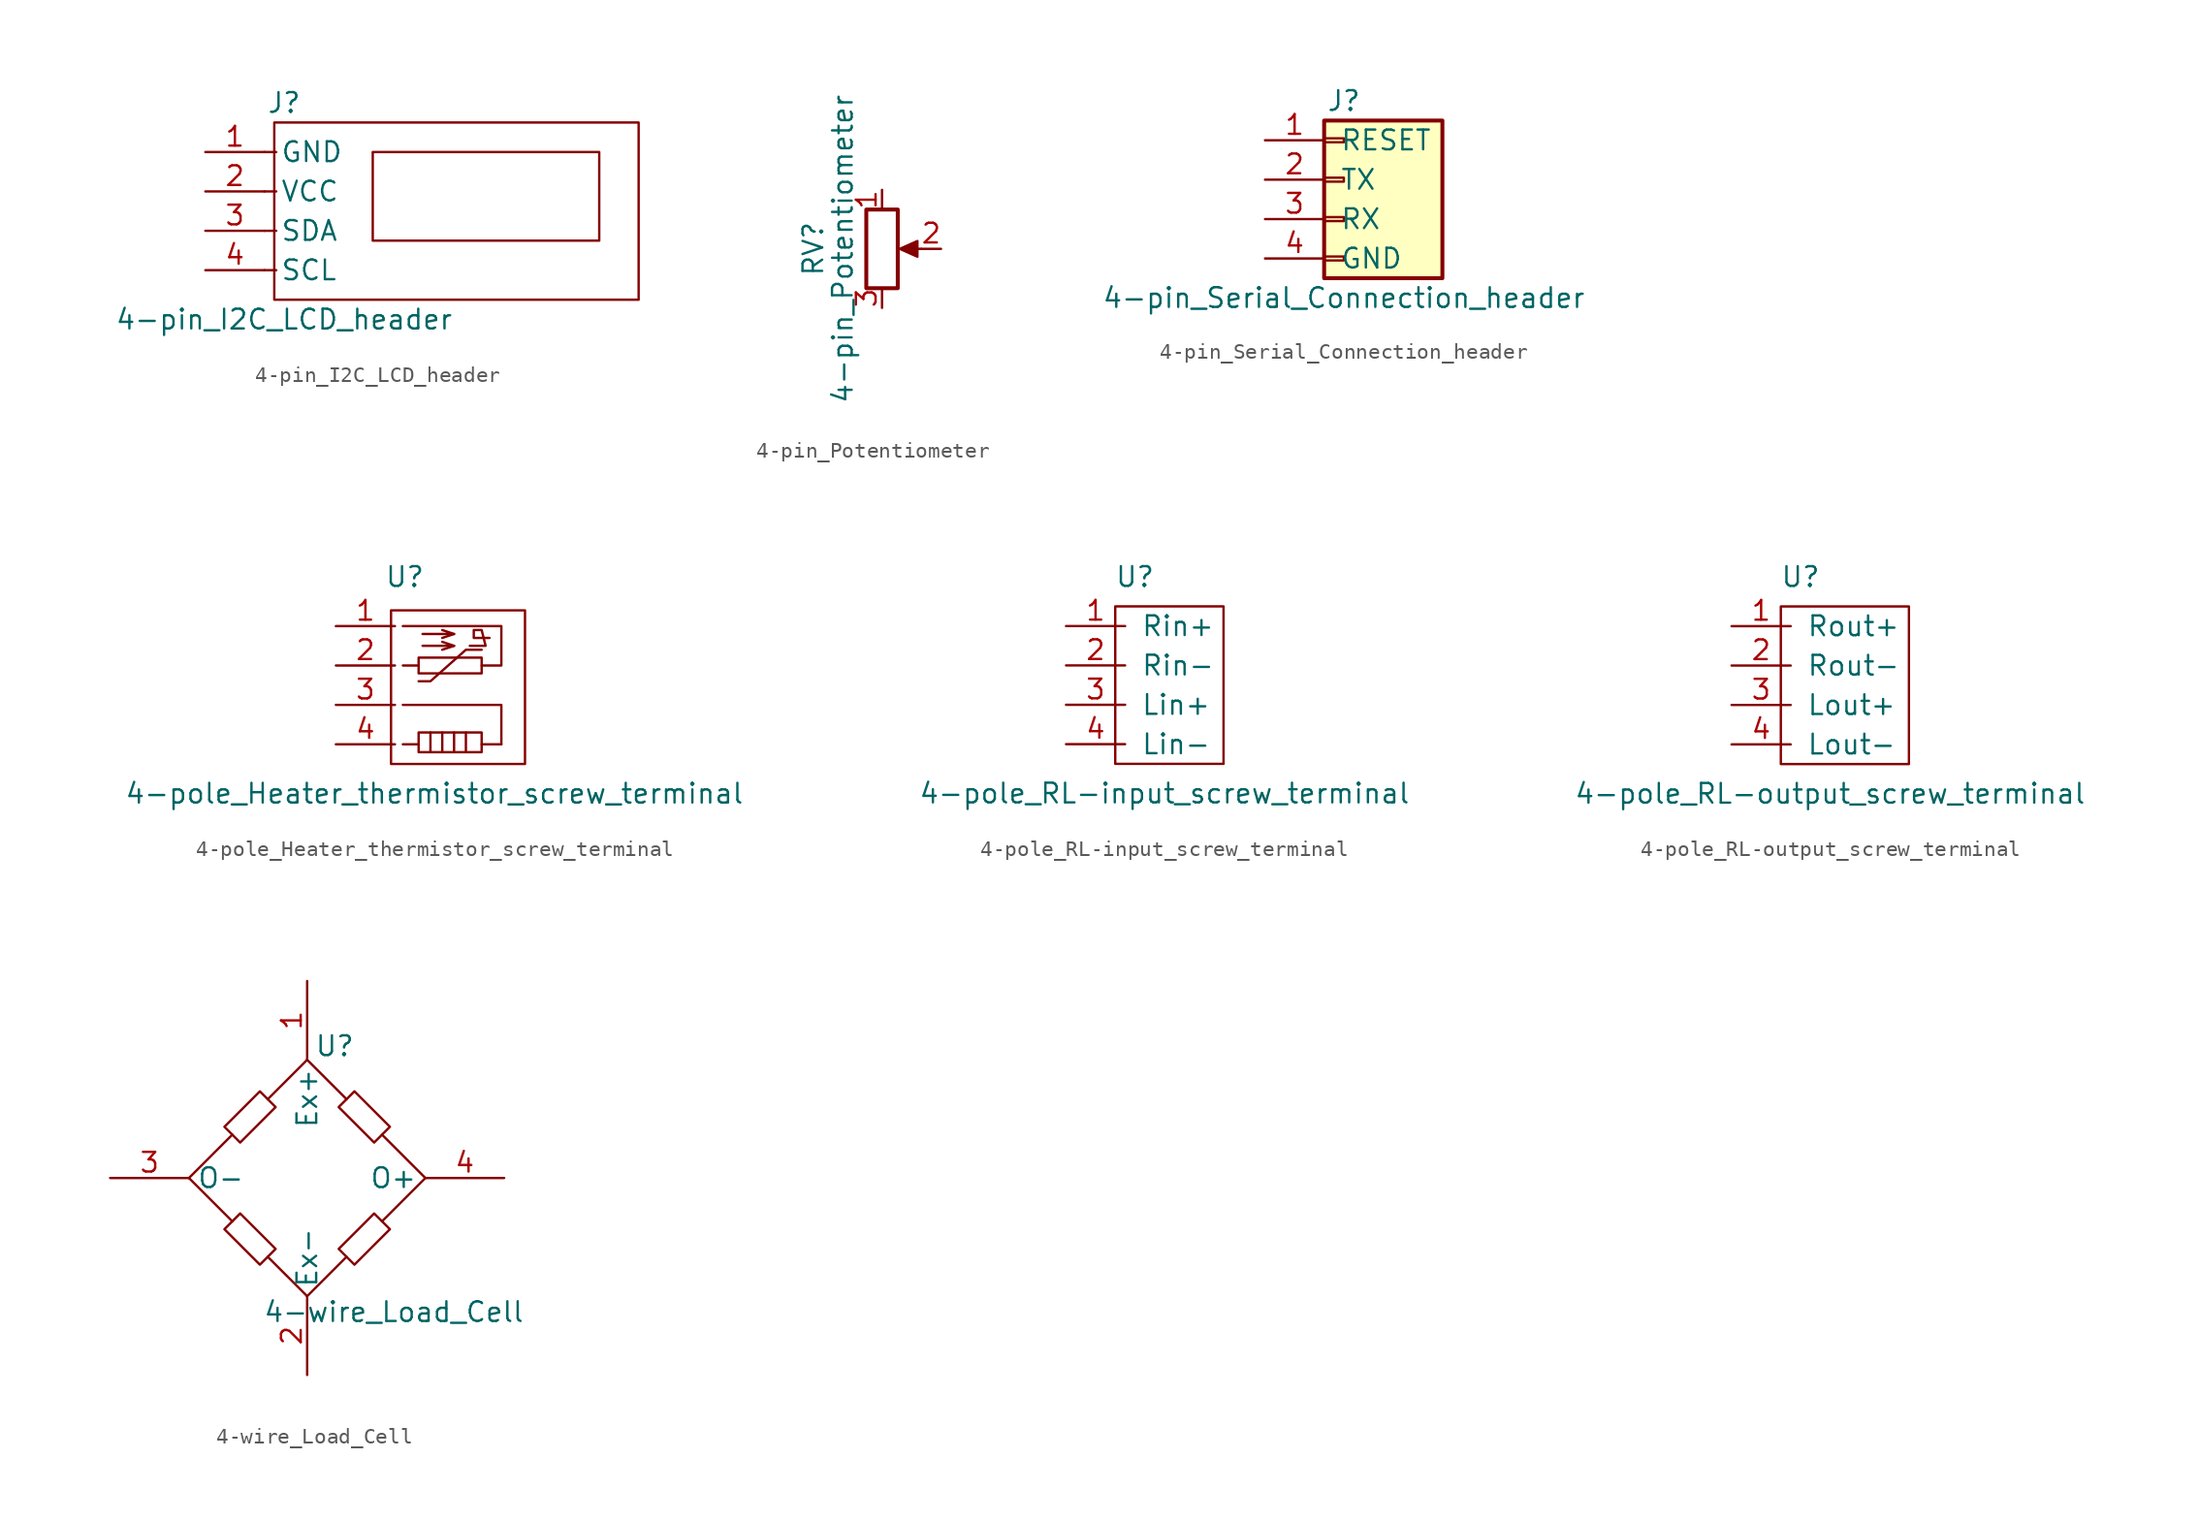
<source format=kicad_sym>
(kicad_symbol_lib
  (version 20231120)
  (generator "kicad_symbol_editor")
  (generator_version "8.0")
  (symbol "4-pin_I2C_LCD_header"
    (pin_names
      (offset 1.016))
    (property "Reference" "J"
      (at 0 5.715 0)
      (effects (font (size 1.27 1.27))))
    (property "Value" "4-pin_I2C_LCD_header"
      (at 0 -8.255 0)
      (effects (font (size 1.27 1.27))))
    (symbol "4-pin_I2C_LCD_header_0_1"
      (polyline (pts (xy -0.635 4.445) (xy 22.86 4.445) (xy 22.86 -6.985) (xy -0.635 -6.985) (xy -0.635 4.445)) (stroke (width 0.152) (type default)) (fill (type none)))
      (polyline (pts (xy 5.715 2.54) (xy 5.715 -3.175) (xy 20.32 -3.175) (xy 20.32 2.54) (xy 5.715 2.54)) (stroke (width 0.152) (type default)) (fill (type none))))
    (symbol "4-pin_I2C_LCD_header_1_1"
      (polyline (pts (xy -1.27 -5.08) (xy -0.508 -5.08)) (stroke (width 0.152) (type default)) (fill (type none)))
      (polyline (pts (xy -1.27 -2.54) (xy -0.508 -2.54)) (stroke (width 0.152) (type default)) (fill (type none)))
      (polyline (pts (xy -1.27 0) (xy -0.508 0)) (stroke (width 0.152) (type default)) (fill (type none)))
      (polyline (pts (xy -1.27 2.54) (xy -0.508 2.54)) (stroke (width 0.152) (type default)) (fill (type none)))
      (pin power_in line (at -5.08 2.54 0) (length 3.81) (name "GND" (effects (font (size 1.27 1.27)))) (number "1" (effects (font (size 1.27 1.27)))))
      (pin power_in line (at -5.08 0 0) (length 3.81) (name "VCC" (effects (font (size 1.27 1.27)))) (number "2" (effects (font (size 1.27 1.27)))))
      (pin passive line (at -5.08 -2.54 0) (length 3.81) (name "SDA" (effects (font (size 1.27 1.27)))) (number "3" (effects (font (size 1.27 1.27)))))
      (pin passive line (at -5.08 -5.08 0) (length 3.81) (name "SCL" (effects (font (size 1.27 1.27)))) (number "4" (effects (font (size 1.27 1.27)))))))
  (symbol "4-pin_Potentiometer"
    (pin_names
      (offset 1.016) hide)
    (property "Reference" "RV"
      (at -4.445 0 90)
      (effects (font (size 1.27 1.27))))
    (property "Value" "4-pin_Potentiometer"
      (at -2.54 0 90)
      (effects (font (size 1.27 1.27))))
    (symbol "4-pin_Potentiometer_0_1"
      (polyline (pts (xy 2.54 0) (xy 1.524 0)) (stroke (width 0) (type default)) (fill (type none)))
      (polyline (pts (xy 1.143 0) (xy 2.286 0.508) (xy 2.286 -0.508) (xy 1.143 0)) (stroke (width 0) (type default)) (fill (type outline)))
      (rectangle (start 1.016 2.54) (end -1.016 -2.54) (stroke (width 0.254) (type default)) (fill (type none))))
    (symbol "4-pin_Potentiometer_1_1"
      (pin passive line (at 0 3.81 270) (length 1.27) (name "1" (effects (font (size 1.27 1.27)))) (number "1" (effects (font (size 1.27 1.27)))))
      (pin passive line (at 3.81 0 180) (length 1.27) (name "2" (effects (font (size 1.27 1.27)))) (number "2" (effects (font (size 1.27 1.27)))))
      (pin passive line (at 0 -3.81 90) (length 1.27) (name "3" (effects (font (size 1.27 1.27)))) (number "3" (effects (font (size 1.27 1.27)))))
      (pin no_connect line (at 2.54 3.81 270) (length 2.54) hide (name "NC" (effects (font (size 1.27 1.27)))) (number "4" (effects (font (size 1.27 1.27)))))))
  (symbol "4-pin_Serial_Connection_header"
    (pin_names
      (offset 1.016))
    (property "Reference" "J"
      (at 0 5.08 0)
      (effects (font (size 1.27 1.27))))
    (property "Value" "4-pin_Serial_Connection_header"
      (at 0 -7.62 0)
      (effects (font (size 1.27 1.27))))
    (symbol "4-pin_Serial_Connection_header_1_1"
      (rectangle (start -1.27 -4.953) (end 0 -5.207) (stroke (width 0.152) (type default)) (fill (type none)))
      (rectangle (start -1.27 -2.413) (end 0 -2.667) (stroke (width 0.152) (type default)) (fill (type none)))
      (rectangle (start -1.27 0.127) (end 0 -0.127) (stroke (width 0.152) (type default)) (fill (type none)))
      (rectangle (start -1.27 2.667) (end 0 2.413) (stroke (width 0.152) (type default)) (fill (type none)))
      (rectangle (start -1.27 3.81) (end 6.35 -6.35) (stroke (width 0.254) (type default)) (fill (type background)))
      (pin passive line (at -5.08 2.54 0) (length 3.81) (name "RESET" (effects (font (size 1.27 1.27)))) (number "1" (effects (font (size 1.27 1.27)))))
      (pin output line (at -5.08 0 0) (length 3.81) (name "TX" (effects (font (size 1.27 1.27)))) (number "2" (effects (font (size 1.27 1.27)))))
      (pin input line (at -5.08 -2.54 0) (length 3.81) (name "RX" (effects (font (size 1.27 1.27)))) (number "3" (effects (font (size 1.27 1.27)))))
      (pin passive line (at -5.08 -5.08 0) (length 3.81) (name "GND" (effects (font (size 1.27 1.27)))) (number "4" (effects (font (size 1.27 1.27)))))))
  (symbol "4-pole_Heater_thermistor_screw_terminal"
    (pin_names
      (offset 1.016) hide)
    (property "Reference" "U"
      (at 4.445 3.175 0)
      (effects (font (size 1.27 1.27))))
    (property "Value" "4-pole_Heater_thermistor_screw_terminal"
      (at 6.35 -10.795 0)
      (effects (font (size 1.27 1.27))))
    (symbol "4-pole_Heater_thermistor_screw_terminal_0_1"
      (polyline (pts (xy 5.334 -7.62) (xy 4.318 -7.62)) (stroke (width 0) (type default)) (fill (type none)))
      (polyline (pts (xy 5.334 -2.54) (xy 4.318 -2.54)) (stroke (width 0) (type default)) (fill (type none)))
      (polyline (pts (xy 6.096 -6.858) (xy 6.096 -8.128)) (stroke (width 0) (type default)) (fill (type none)))
      (polyline (pts (xy 6.858 -8.128) (xy 6.858 -6.858)) (stroke (width 0) (type default)) (fill (type none)))
      (polyline (pts (xy 7.62 -6.858) (xy 7.62 -8.128)) (stroke (width 0) (type default)) (fill (type none)))
      (polyline (pts (xy 7.62 -0.508) (xy 6.858 -0.762)) (stroke (width 0) (type default)) (fill (type none)))
      (polyline (pts (xy 8.382 -8.128) (xy 8.382 -6.858)) (stroke (width 0) (type default)) (fill (type none)))
      (polyline (pts (xy 9.398 -7.62) (xy 10.668 -7.62)) (stroke (width 0) (type default)) (fill (type none)))
      (polyline (pts (xy 5.588 -0.508) (xy 7.62 -0.508) (xy 6.858 -0.254)) (stroke (width 0) (type default)) (fill (type none)))
      (polyline (pts (xy 10.668 -7.62) (xy 10.668 -5.08) (xy 4.318 -5.08)) (stroke (width 0) (type default)) (fill (type none)))
      (polyline (pts (xy 5.334 -3.556) (xy 6.096 -3.556) (xy 8.382 -1.524) (xy 9.398 -1.524)) (stroke (width 0) (type default)) (fill (type none)))
      (polyline (pts (xy 9.398 -2.54) (xy 10.668 -2.54) (xy 10.668 0) (xy 4.318 0)) (stroke (width 0) (type default)) (fill (type none)))
      (polyline (pts (xy 8.636 -1.27) (xy 9.652 -1.27) (xy 9.398 -0.254) (xy 8.89 -0.254) (xy 8.89 -0.762) (xy 9.906 -0.762)) (stroke (width 0) (type default)) (fill (type none)))
      (rectangle (start 3.556 1.016) (end 12.192 -8.89) (stroke (width 0) (type default)) (fill (type none)))
      (rectangle (start 5.334 -8.128) (end 9.398 -6.858) (stroke (width 0) (type default)) (fill (type none)))
      (rectangle (start 5.334 -2.032) (end 9.398 -3.048) (stroke (width 0) (type default)) (fill (type none))))
    (symbol "4-pole_Heater_thermistor_screw_terminal_1_1"
      (polyline (pts (xy 7.62 -1.27) (xy 6.858 -1.524)) (stroke (width 0) (type default)) (fill (type none)))
      (polyline (pts (xy 5.588 -1.27) (xy 7.62 -1.27) (xy 6.858 -1.016)) (stroke (width 0) (type default)) (fill (type none)))
      (pin output line (at 0 0 0) (length 3.81) (name "Therm+" (effects (font (size 1.27 1.27)))) (number "1" (effects (font (size 1.27 1.27)))))
      (pin output line (at 0 -2.54 0) (length 3.81) (name "Therm-" (effects (font (size 1.27 1.27)))) (number "2" (effects (font (size 1.27 1.27)))))
      (pin power_out line (at 0 -5.08 0) (length 3.81) (name "Heat+" (effects (font (size 1.27 1.27)))) (number "3" (effects (font (size 1.27 1.27)))))
      (pin power_out line (at 0 -7.62 0) (length 3.81) (name "Heat-" (effects (font (size 1.27 1.27)))) (number "4" (effects (font (size 1.27 1.27)))))))
  (symbol "4-pole_RL-input_screw_terminal"
    (pin_names
      (offset 1.016))
    (property "Reference" "U"
      (at 4.445 3.175 0)
      (effects (font (size 1.27 1.27))))
    (property "Value" "4-pole_RL-input_screw_terminal"
      (at 6.35 -10.795 0)
      (effects (font (size 1.27 1.27))))
    (symbol "4-pole_RL-input_screw_terminal_0_1"
      (rectangle (start 3.175 1.27) (end 10.16 -8.89) (stroke (width 0) (type default)) (fill (type none))))
    (symbol "4-pole_RL-input_screw_terminal_1_1"
      (pin input line (at 0 0 0) (length 3.81) (name "Rin+" (effects (font (size 1.27 1.27)))) (number "1" (effects (font (size 1.27 1.27)))))
      (pin input line (at 0 -2.54 0) (length 3.81) (name "Rin-" (effects (font (size 1.27 1.27)))) (number "2" (effects (font (size 1.27 1.27)))))
      (pin input line (at 0 -5.08 0) (length 3.81) (name "Lin+" (effects (font (size 1.27 1.27)))) (number "3" (effects (font (size 1.27 1.27)))))
      (pin input line (at 0 -7.62 0) (length 3.81) (name "Lin-" (effects (font (size 1.27 1.27)))) (number "4" (effects (font (size 1.27 1.27)))))))
  (symbol "4-pole_RL-output_screw_terminal"
    (pin_names
      (offset 1.016))
    (property "Reference" "U"
      (at 4.445 3.175 0)
      (effects (font (size 1.27 1.27))))
    (property "Value" "4-pole_RL-output_screw_terminal"
      (at 6.35 -10.795 0)
      (effects (font (size 1.27 1.27))))
    (symbol "4-pole_RL-output_screw_terminal_0_1"
      (rectangle (start 3.175 1.27) (end 11.43 -8.89) (stroke (width 0) (type default)) (fill (type none))))
    (symbol "4-pole_RL-output_screw_terminal_1_1"
      (pin output line (at 0 0 0) (length 3.81) (name "Rout+" (effects (font (size 1.27 1.27)))) (number "1" (effects (font (size 1.27 1.27)))))
      (pin output line (at 0 -2.54 0) (length 3.81) (name "Rout-" (effects (font (size 1.27 1.27)))) (number "2" (effects (font (size 1.27 1.27)))))
      (pin output line (at 0 -5.08 0) (length 3.81) (name "Lout+" (effects (font (size 1.27 1.27)))) (number "3" (effects (font (size 1.27 1.27)))))
      (pin output line (at 0 -7.62 0) (length 3.81) (name "Lout-" (effects (font (size 1.27 1.27)))) (number "4" (effects (font (size 1.27 1.27)))))))
  (symbol "4-wire_Load_Cell"
    (property "Reference" "U"
      (at 1.778 -4.191 0)
      (effects (font (size 1.27 1.27))))
    (property "Value" "4-wire_Load_Cell"
      (at 5.588 -21.336 0)
      (effects (font (size 1.27 1.27))))
    (symbol "4-wire_Load_Cell_0_1"
      (polyline (pts (xy -7.62 -12.7) (xy -4.826 -15.494)) (stroke (width 0.152) (type default)) (fill (type none)))
      (polyline (pts (xy -7.62 -12.7) (xy -4.826 -9.906)) (stroke (width 0.152) (type default)) (fill (type none)))
      (polyline (pts (xy 0 -20.32) (xy -2.54 -17.78)) (stroke (width 0.152) (type default)) (fill (type none)))
      (polyline (pts (xy 0 -20.32) (xy 2.54 -17.78)) (stroke (width 0.152) (type default)) (fill (type none)))
      (polyline (pts (xy 0 -5.08) (xy -2.54 -7.62)) (stroke (width 0.152) (type default)) (fill (type none)))
      (polyline (pts (xy 0 -5.08) (xy 2.54 -7.62)) (stroke (width 0.152) (type default)) (fill (type none)))
      (polyline (pts (xy 7.62 -12.7) (xy 4.826 -15.494)) (stroke (width 0.152) (type default)) (fill (type none)))
      (polyline (pts (xy 7.62 -12.7) (xy 4.826 -9.906)) (stroke (width 0.152) (type default)) (fill (type none)))
      (polyline (pts (xy -5.334 -9.398) (xy -4.318 -10.414) (xy -2.032 -8.128) (xy -3.048 -7.112) (xy -5.334 -9.398)) (stroke (width 0.152) (type default)) (fill (type none)))
      (polyline (pts (xy -4.318 -14.986) (xy -5.334 -16.002) (xy -3.048 -18.288) (xy -2.032 -17.272) (xy -4.318 -14.986)) (stroke (width 0.152) (type default)) (fill (type none)))
      (polyline (pts (xy 2.032 -17.272) (xy 3.048 -18.288) (xy 5.334 -16.002) (xy 4.318 -14.986) (xy 2.032 -17.272)) (stroke (width 0.152) (type default)) (fill (type none)))
      (polyline (pts (xy 3.048 -7.112) (xy 2.032 -8.128) (xy 4.318 -10.414) (xy 5.334 -9.398) (xy 3.048 -7.112)) (stroke (width 0.152) (type default)) (fill (type none))))
    (symbol "4-wire_Load_Cell_1_1"
      (pin input line (at 0 0 270) (length 5.08) (name "Ex+" (effects (font (size 1.27 1.27)))) (number "1" (effects (font (size 1.27 1.27)))))
      (pin input line (at 0 -25.4 90) (length 5.08) (name "Ex-" (effects (font (size 1.27 1.27)))) (number "2" (effects (font (size 1.27 1.27)))))
      (pin output line (at -12.7 -12.7 0) (length 5.08) (name "O-" (effects (font (size 1.27 1.27)))) (number "3" (effects (font (size 1.27 1.27)))))
      (pin output line (at 12.7 -12.7 180) (length 5.08) (name "O+" (effects (font (size 1.27 1.27)))) (number "4" (effects (font (size 1.27 1.27))))))))
</source>
